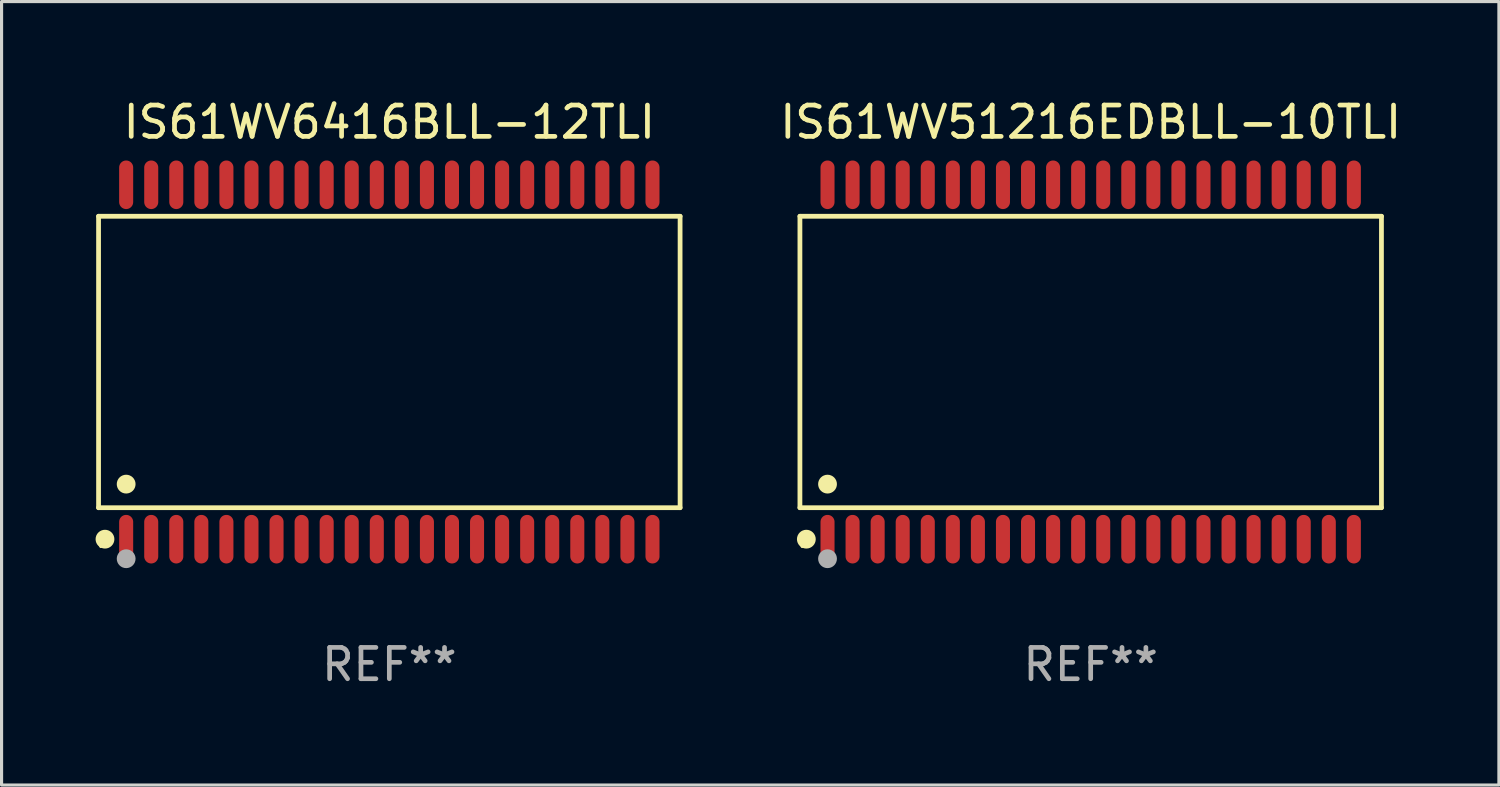
<source format=kicad_pcb>
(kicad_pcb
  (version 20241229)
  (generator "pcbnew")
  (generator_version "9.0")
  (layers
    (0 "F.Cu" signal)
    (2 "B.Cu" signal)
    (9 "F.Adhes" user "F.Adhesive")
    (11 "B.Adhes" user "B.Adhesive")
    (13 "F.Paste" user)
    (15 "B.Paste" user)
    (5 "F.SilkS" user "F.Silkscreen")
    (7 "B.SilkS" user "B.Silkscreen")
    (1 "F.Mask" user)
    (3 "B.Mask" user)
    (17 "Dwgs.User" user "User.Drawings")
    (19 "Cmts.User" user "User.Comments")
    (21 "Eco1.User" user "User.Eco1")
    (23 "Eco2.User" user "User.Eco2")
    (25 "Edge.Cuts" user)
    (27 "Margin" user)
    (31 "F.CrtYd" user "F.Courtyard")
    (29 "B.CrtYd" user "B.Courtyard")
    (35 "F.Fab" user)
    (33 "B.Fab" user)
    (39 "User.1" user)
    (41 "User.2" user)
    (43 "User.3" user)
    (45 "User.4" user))
  (footprint "IS61WV51216EDBLL-10TLI"
    (layer "F.Cu")
    (at 31.764 8.504)
    (property "Reference" "IS61WV51216EDBLL-10TLI" (at 0 -7.656 0) (layer "F.SilkS") (effects (font (size 1 1) (thickness 0.15))))
    (attr through_hole)
    (fp_line (start -9.281 -4.651) (end 9.281 -4.651) (stroke (width 0.152) (type solid)) (layer "F.SilkS"))
    (fp_line (start -9.281 4.651) (end -9.281 -4.651) (stroke (width 0.152) (type solid)) (layer "F.SilkS"))
    (fp_line (start 9.281 -4.651) (end 9.281 4.651) (stroke (width 0.152) (type solid)) (layer "F.SilkS"))
    (fp_line (start 9.281 4.651) (end -9.281 4.651) (stroke (width 0.152) (type solid)) (layer "F.SilkS"))
    (fp_circle (center -9.205 5.88) (end -9.175 5.88) (stroke (width 0.06) (type solid)) (fill no) (layer "F.SilkS"))
    (fp_circle (center -9.076 5.656) (end -8.926 5.656) (stroke (width 0.3) (type solid)) (fill no) (layer "F.SilkS"))
    (fp_circle (center -8.4 3.899) (end -8.25 3.899) (stroke (width 0.3) (type solid)) (fill no) (layer "F.SilkS"))
    (fp_circle (center -8.4 6.28) (end -8.25 6.28) (stroke (width 0.3) (type solid)) (fill no) (layer "F.Fab"))
    (fp_text user "REF**" (at 0 9.656 0) (layer "F.Fab") (effects (font (size 1 1) (thickness 0.15))))
    (pad "1" smd oval (at -8.4 5.656) (size 0.448 1.551) (layers "F.Cu" "F.Mask" "F.Paste"))
    (pad "2" smd oval (at -7.6 5.656) (size 0.448 1.551) (layers "F.Cu" "F.Mask" "F.Paste"))
    (pad "3" smd oval (at -6.8 5.656) (size 0.448 1.551) (layers "F.Cu" "F.Mask" "F.Paste"))
    (pad "4" smd oval (at -6 5.656) (size 0.448 1.551) (layers "F.Cu" "F.Mask" "F.Paste"))
    (pad "5" smd oval (at -5.2 5.656) (size 0.448 1.551) (layers "F.Cu" "F.Mask" "F.Paste"))
    (pad "6" smd oval (at -4.4 5.656) (size 0.448 1.551) (layers "F.Cu" "F.Mask" "F.Paste"))
    (pad "7" smd oval (at -3.6 5.656) (size 0.448 1.551) (layers "F.Cu" "F.Mask" "F.Paste"))
    (pad "8" smd oval (at -2.8 5.656) (size 0.448 1.551) (layers "F.Cu" "F.Mask" "F.Paste"))
    (pad "9" smd oval (at -2 5.656) (size 0.448 1.551) (layers "F.Cu" "F.Mask" "F.Paste"))
    (pad "10" smd oval (at -1.2 5.656) (size 0.448 1.551) (layers "F.Cu" "F.Mask" "F.Paste"))
    (pad "11" smd oval (at -0.4 5.656) (size 0.448 1.551) (layers "F.Cu" "F.Mask" "F.Paste"))
    (pad "12" smd oval (at 0.4 5.656) (size 0.448 1.551) (layers "F.Cu" "F.Mask" "F.Paste"))
    (pad "13" smd oval (at 1.2 5.656) (size 0.448 1.551) (layers "F.Cu" "F.Mask" "F.Paste"))
    (pad "14" smd oval (at 2 5.656) (size 0.448 1.551) (layers "F.Cu" "F.Mask" "F.Paste"))
    (pad "15" smd oval (at 2.8 5.656) (size 0.448 1.551) (layers "F.Cu" "F.Mask" "F.Paste"))
    (pad "16" smd oval (at 3.6 5.656) (size 0.448 1.551) (layers "F.Cu" "F.Mask" "F.Paste"))
    (pad "17" smd oval (at 4.4 5.656) (size 0.448 1.551) (layers "F.Cu" "F.Mask" "F.Paste"))
    (pad "18" smd oval (at 5.2 5.656) (size 0.448 1.551) (layers "F.Cu" "F.Mask" "F.Paste"))
    (pad "19" smd oval (at 6 5.656) (size 0.448 1.551) (layers "F.Cu" "F.Mask" "F.Paste"))
    (pad "20" smd oval (at 6.8 5.656) (size 0.448 1.551) (layers "F.Cu" "F.Mask" "F.Paste"))
    (pad "21" smd oval (at 7.6 5.656) (size 0.448 1.551) (layers "F.Cu" "F.Mask" "F.Paste"))
    (pad "22" smd oval (at 8.4 5.656) (size 0.448 1.551) (layers "F.Cu" "F.Mask" "F.Paste"))
    (pad "23" smd oval (at 8.4 -5.656) (size 0.448 1.551) (layers "F.Cu" "F.Mask" "F.Paste"))
    (pad "24" smd oval (at 7.6 -5.656) (size 0.448 1.551) (layers "F.Cu" "F.Mask" "F.Paste"))
    (pad "25" smd oval (at 6.8 -5.656) (size 0.448 1.551) (layers "F.Cu" "F.Mask" "F.Paste"))
    (pad "26" smd oval (at 6 -5.656) (size 0.448 1.551) (layers "F.Cu" "F.Mask" "F.Paste"))
    (pad "27" smd oval (at 5.2 -5.656) (size 0.448 1.551) (layers "F.Cu" "F.Mask" "F.Paste"))
    (pad "28" smd oval (at 4.4 -5.656) (size 0.448 1.551) (layers "F.Cu" "F.Mask" "F.Paste"))
    (pad "29" smd oval (at 3.6 -5.656) (size 0.448 1.551) (layers "F.Cu" "F.Mask" "F.Paste"))
    (pad "30" smd oval (at 2.8 -5.656) (size 0.448 1.551) (layers "F.Cu" "F.Mask" "F.Paste"))
    (pad "31" smd oval (at 2 -5.656) (size 0.448 1.551) (layers "F.Cu" "F.Mask" "F.Paste"))
    (pad "32" smd oval (at 1.2 -5.656) (size 0.448 1.551) (layers "F.Cu" "F.Mask" "F.Paste"))
    (pad "33" smd oval (at 0.4 -5.656) (size 0.448 1.551) (layers "F.Cu" "F.Mask" "F.Paste"))
    (pad "34" smd oval (at -0.4 -5.656) (size 0.448 1.551) (layers "F.Cu" "F.Mask" "F.Paste"))
    (pad "35" smd oval (at -1.2 -5.656) (size 0.448 1.551) (layers "F.Cu" "F.Mask" "F.Paste"))
    (pad "36" smd oval (at -2 -5.656) (size 0.448 1.551) (layers "F.Cu" "F.Mask" "F.Paste"))
    (pad "37" smd oval (at -2.8 -5.656) (size 0.448 1.551) (layers "F.Cu" "F.Mask" "F.Paste"))
    (pad "38" smd oval (at -3.6 -5.656) (size 0.448 1.551) (layers "F.Cu" "F.Mask" "F.Paste"))
    (pad "39" smd oval (at -4.4 -5.656) (size 0.448 1.551) (layers "F.Cu" "F.Mask" "F.Paste"))
    (pad "40" smd oval (at -5.2 -5.656) (size 0.448 1.551) (layers "F.Cu" "F.Mask" "F.Paste"))
    (pad "41" smd oval (at -6 -5.656) (size 0.448 1.551) (layers "F.Cu" "F.Mask" "F.Paste"))
    (pad "42" smd oval (at -6.8 -5.656) (size 0.448 1.551) (layers "F.Cu" "F.Mask" "F.Paste"))
    (pad "43" smd oval (at -7.6 -5.656) (size 0.448 1.551) (layers "F.Cu" "F.Mask" "F.Paste"))
    (pad "44" smd oval (at -8.4 -5.656) (size 0.448 1.551) (layers "F.Cu" "F.Mask" "F.Paste")))
  (footprint "IS61WV6416BLL-12TLI"
    (layer "F.Cu")
    (at 9.377 8.504)
    (property "Reference" "IS61WV6416BLL-12TLI" (at 0 -7.656 0) (layer "F.SilkS") (effects (font (size 1 1) (thickness 0.15))))
    (attr through_hole)
    (fp_line (start -9.281 -4.651) (end 9.281 -4.651) (stroke (width 0.152) (type solid)) (layer "F.SilkS"))
    (fp_line (start -9.281 4.651) (end -9.281 -4.651) (stroke (width 0.152) (type solid)) (layer "F.SilkS"))
    (fp_line (start 9.281 -4.651) (end 9.281 4.651) (stroke (width 0.152) (type solid)) (layer "F.SilkS"))
    (fp_line (start 9.281 4.651) (end -9.281 4.651) (stroke (width 0.152) (type solid)) (layer "F.SilkS"))
    (fp_circle (center -9.205 5.88) (end -9.175 5.88) (stroke (width 0.06) (type solid)) (fill no) (layer "F.SilkS"))
    (fp_circle (center -9.076 5.656) (end -8.926 5.656) (stroke (width 0.3) (type solid)) (fill no) (layer "F.SilkS"))
    (fp_circle (center -8.4 3.899) (end -8.25 3.899) (stroke (width 0.3) (type solid)) (fill no) (layer "F.SilkS"))
    (fp_circle (center -8.4 6.28) (end -8.25 6.28) (stroke (width 0.3) (type solid)) (fill no) (layer "F.Fab"))
    (fp_text user "REF**" (at 0 9.656 0) (layer "F.Fab") (effects (font (size 1 1) (thickness 0.15))))
    (pad "1" smd oval (at -8.4 5.656) (size 0.448 1.551) (layers "F.Cu" "F.Mask" "F.Paste"))
    (pad "2" smd oval (at -7.6 5.656) (size 0.448 1.551) (layers "F.Cu" "F.Mask" "F.Paste"))
    (pad "3" smd oval (at -6.8 5.656) (size 0.448 1.551) (layers "F.Cu" "F.Mask" "F.Paste"))
    (pad "4" smd oval (at -6 5.656) (size 0.448 1.551) (layers "F.Cu" "F.Mask" "F.Paste"))
    (pad "5" smd oval (at -5.2 5.656) (size 0.448 1.551) (layers "F.Cu" "F.Mask" "F.Paste"))
    (pad "6" smd oval (at -4.4 5.656) (size 0.448 1.551) (layers "F.Cu" "F.Mask" "F.Paste"))
    (pad "7" smd oval (at -3.6 5.656) (size 0.448 1.551) (layers "F.Cu" "F.Mask" "F.Paste"))
    (pad "8" smd oval (at -2.8 5.656) (size 0.448 1.551) (layers "F.Cu" "F.Mask" "F.Paste"))
    (pad "9" smd oval (at -2 5.656) (size 0.448 1.551) (layers "F.Cu" "F.Mask" "F.Paste"))
    (pad "10" smd oval (at -1.2 5.656) (size 0.448 1.551) (layers "F.Cu" "F.Mask" "F.Paste"))
    (pad "11" smd oval (at -0.4 5.656) (size 0.448 1.551) (layers "F.Cu" "F.Mask" "F.Paste"))
    (pad "12" smd oval (at 0.4 5.656) (size 0.448 1.551) (layers "F.Cu" "F.Mask" "F.Paste"))
    (pad "13" smd oval (at 1.2 5.656) (size 0.448 1.551) (layers "F.Cu" "F.Mask" "F.Paste"))
    (pad "14" smd oval (at 2 5.656) (size 0.448 1.551) (layers "F.Cu" "F.Mask" "F.Paste"))
    (pad "15" smd oval (at 2.8 5.656) (size 0.448 1.551) (layers "F.Cu" "F.Mask" "F.Paste"))
    (pad "16" smd oval (at 3.6 5.656) (size 0.448 1.551) (layers "F.Cu" "F.Mask" "F.Paste"))
    (pad "17" smd oval (at 4.4 5.656) (size 0.448 1.551) (layers "F.Cu" "F.Mask" "F.Paste"))
    (pad "18" smd oval (at 5.2 5.656) (size 0.448 1.551) (layers "F.Cu" "F.Mask" "F.Paste"))
    (pad "19" smd oval (at 6 5.656) (size 0.448 1.551) (layers "F.Cu" "F.Mask" "F.Paste"))
    (pad "20" smd oval (at 6.8 5.656) (size 0.448 1.551) (layers "F.Cu" "F.Mask" "F.Paste"))
    (pad "21" smd oval (at 7.6 5.656) (size 0.448 1.551) (layers "F.Cu" "F.Mask" "F.Paste"))
    (pad "22" smd oval (at 8.4 5.656) (size 0.448 1.551) (layers "F.Cu" "F.Mask" "F.Paste"))
    (pad "23" smd oval (at 8.4 -5.656) (size 0.448 1.551) (layers "F.Cu" "F.Mask" "F.Paste"))
    (pad "24" smd oval (at 7.6 -5.656) (size 0.448 1.551) (layers "F.Cu" "F.Mask" "F.Paste"))
    (pad "25" smd oval (at 6.8 -5.656) (size 0.448 1.551) (layers "F.Cu" "F.Mask" "F.Paste"))
    (pad "26" smd oval (at 6 -5.656) (size 0.448 1.551) (layers "F.Cu" "F.Mask" "F.Paste"))
    (pad "27" smd oval (at 5.2 -5.656) (size 0.448 1.551) (layers "F.Cu" "F.Mask" "F.Paste"))
    (pad "28" smd oval (at 4.4 -5.656) (size 0.448 1.551) (layers "F.Cu" "F.Mask" "F.Paste"))
    (pad "29" smd oval (at 3.6 -5.656) (size 0.448 1.551) (layers "F.Cu" "F.Mask" "F.Paste"))
    (pad "30" smd oval (at 2.8 -5.656) (size 0.448 1.551) (layers "F.Cu" "F.Mask" "F.Paste"))
    (pad "31" smd oval (at 2 -5.656) (size 0.448 1.551) (layers "F.Cu" "F.Mask" "F.Paste"))
    (pad "32" smd oval (at 1.2 -5.656) (size 0.448 1.551) (layers "F.Cu" "F.Mask" "F.Paste"))
    (pad "33" smd oval (at 0.4 -5.656) (size 0.448 1.551) (layers "F.Cu" "F.Mask" "F.Paste"))
    (pad "34" smd oval (at -0.4 -5.656) (size 0.448 1.551) (layers "F.Cu" "F.Mask" "F.Paste"))
    (pad "35" smd oval (at -1.2 -5.656) (size 0.448 1.551) (layers "F.Cu" "F.Mask" "F.Paste"))
    (pad "36" smd oval (at -2 -5.656) (size 0.448 1.551) (layers "F.Cu" "F.Mask" "F.Paste"))
    (pad "37" smd oval (at -2.8 -5.656) (size 0.448 1.551) (layers "F.Cu" "F.Mask" "F.Paste"))
    (pad "38" smd oval (at -3.6 -5.656) (size 0.448 1.551) (layers "F.Cu" "F.Mask" "F.Paste"))
    (pad "39" smd oval (at -4.4 -5.656) (size 0.448 1.551) (layers "F.Cu" "F.Mask" "F.Paste"))
    (pad "40" smd oval (at -5.2 -5.656) (size 0.448 1.551) (layers "F.Cu" "F.Mask" "F.Paste"))
    (pad "41" smd oval (at -6 -5.656) (size 0.448 1.551) (layers "F.Cu" "F.Mask" "F.Paste"))
    (pad "42" smd oval (at -6.8 -5.656) (size 0.448 1.551) (layers "F.Cu" "F.Mask" "F.Paste"))
    (pad "43" smd oval (at -7.6 -5.656) (size 0.448 1.551) (layers "F.Cu" "F.Mask" "F.Paste"))
    (pad "44" smd oval (at -8.4 -5.656) (size 0.448 1.551) (layers "F.Cu" "F.Mask" "F.Paste")))
  (gr_rect
    (start -3 -3)
    (end 44.794 22.008)
    (stroke (width 0.1) (type default))
    (fill no)
    (layer "Edge.Cuts")))
</source>
